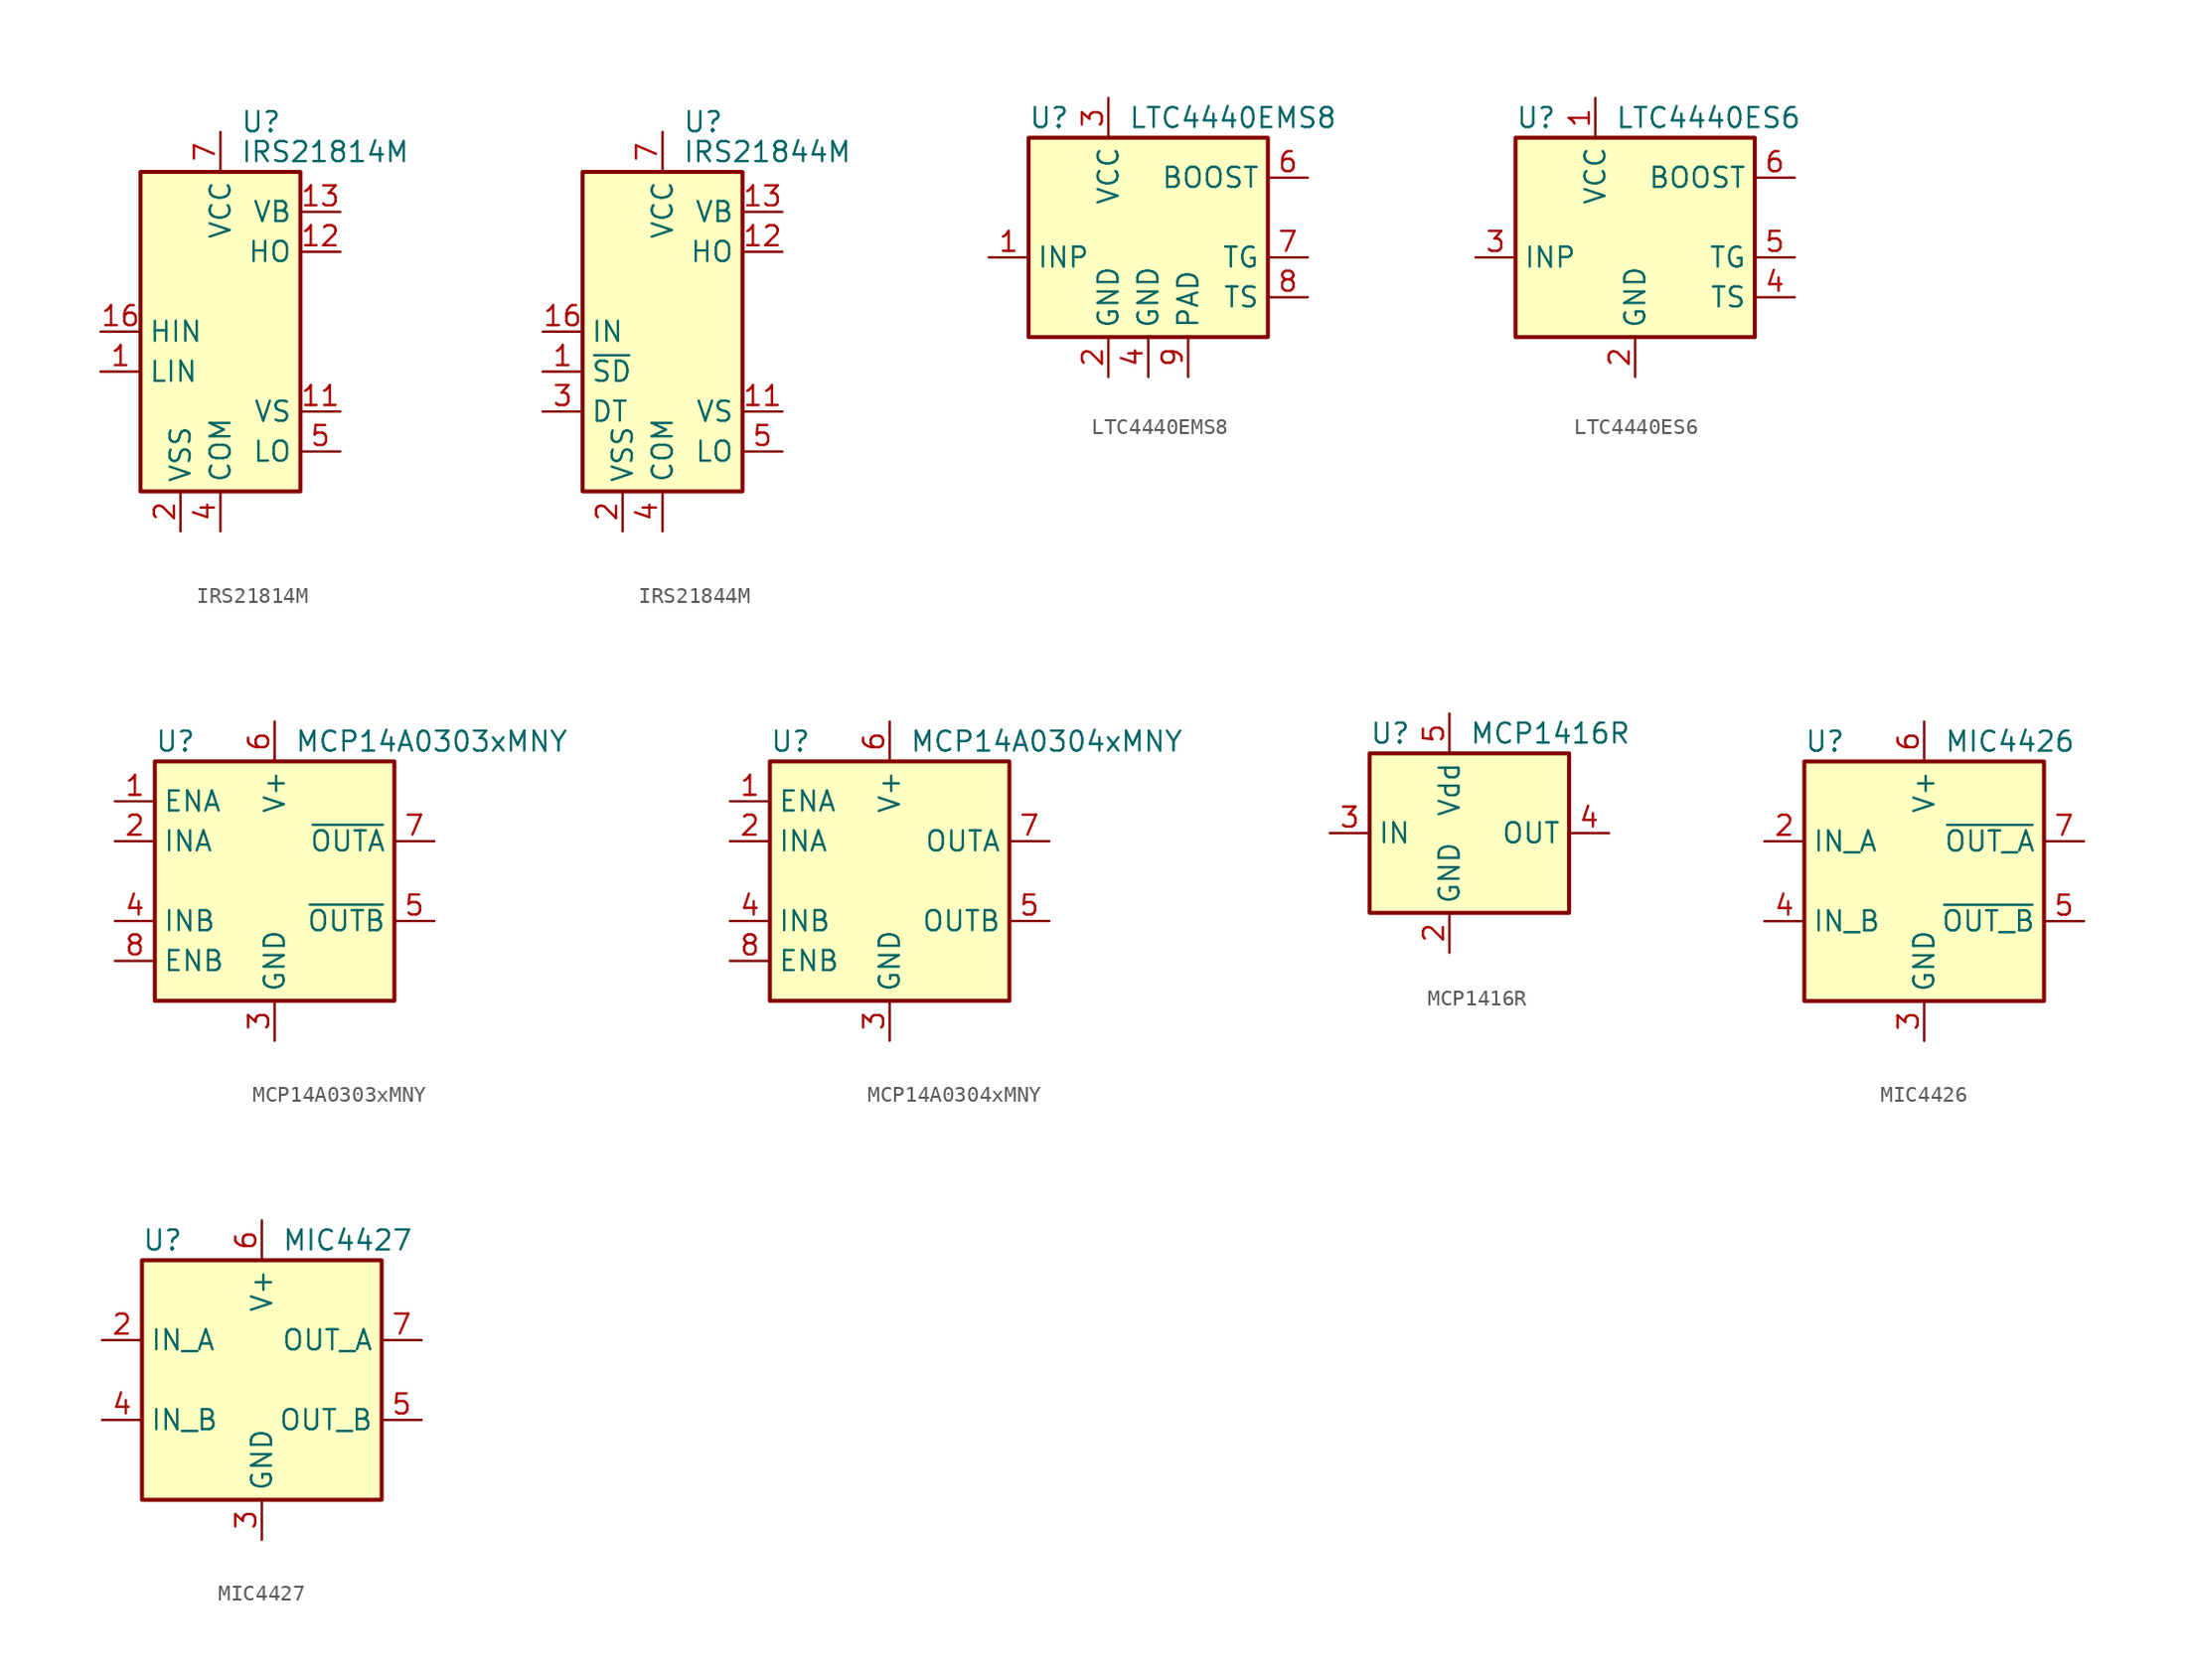
<source format=kicad_sym>
(kicad_symbol_lib
  (version 20201005)
  (generator kicad_symbol_editor)
  (symbol "IRS21814M"
    (property "Reference" "U"
      (at 1.27 13.335 0)
      (effects (font (size 1.27 1.27)) (justify left)))
    (property "Value" "IRS21814M"
      (at 1.27 11.43 0)
      (effects (font (size 1.27 1.27)) (justify left)))
    (symbol "IRS21814M_0_1"
      (rectangle (start -5.08 -10.16) (end 5.08 10.16) (stroke (width 0.254)) (fill (type background))))
    (symbol "IRS21814M_1_1"
      (pin input line (at -7.62 -2.54 0) (length 2.54) (name "LIN" (effects (font (size 1.27 1.27)))) (number "1" (effects (font (size 1.27 1.27)))))
      (pin passive line (at 7.62 -5.08 180) (length 2.54) (name "VS" (effects (font (size 1.27 1.27)))) (number "11" (effects (font (size 1.27 1.27)))))
      (pin output line (at 7.62 5.08 180) (length 2.54) (name "HO" (effects (font (size 1.27 1.27)))) (number "12" (effects (font (size 1.27 1.27)))))
      (pin passive line (at 7.62 7.62 180) (length 2.54) (name "VB" (effects (font (size 1.27 1.27)))) (number "13" (effects (font (size 1.27 1.27)))))
      (pin no_connect line (at 5.08 0 180) (length 2.54) hide (name "NC" (effects (font (size 1.27 1.27)))) (number "14" (effects (font (size 1.27 1.27)))))
      (pin input line (at -7.62 0 0) (length 2.54) (name "HIN" (effects (font (size 1.27 1.27)))) (number "16" (effects (font (size 1.27 1.27)))))
      (pin passive line (at 0 -12.7 90) (length 2.54) hide (name "COM" (effects (font (size 1.27 1.27)))) (number "17" (effects (font (size 1.27 1.27)))))
      (pin power_in line (at -2.54 -12.7 90) (length 2.54) (name "VSS" (effects (font (size 1.27 1.27)))) (number "2" (effects (font (size 1.27 1.27)))))
      (pin no_connect line (at -5.08 7.62 0) (length 2.54) hide (name "NC" (effects (font (size 1.27 1.27)))) (number "3" (effects (font (size 1.27 1.27)))))
      (pin power_in line (at 0 -12.7 90) (length 2.54) (name "COM" (effects (font (size 1.27 1.27)))) (number "4" (effects (font (size 1.27 1.27)))))
      (pin output line (at 7.62 -7.62 180) (length 2.54) (name "LO" (effects (font (size 1.27 1.27)))) (number "5" (effects (font (size 1.27 1.27)))))
      (pin no_connect line (at -5.08 5.08 0) (length 2.54) hide (name "NC" (effects (font (size 1.27 1.27)))) (number "6" (effects (font (size 1.27 1.27)))))
      (pin power_in line (at 0 12.7 270) (length 2.54) (name "VCC" (effects (font (size 1.27 1.27)))) (number "7" (effects (font (size 1.27 1.27)))))
      (pin no_connect line (at -5.08 2.54 0) (length 2.54) hide (name "NC" (effects (font (size 1.27 1.27)))) (number "8" (effects (font (size 1.27 1.27)))))
      (pin no_connect line (at 5.08 2.54 180) (length 2.54) hide (name "NC" (effects (font (size 1.27 1.27)))) (number "9" (effects (font (size 1.27 1.27)))))))
  (symbol "IRS21844M"
    (property "Reference" "U"
      (at 1.27 13.335 0)
      (effects (font (size 1.27 1.27)) (justify left)))
    (property "Value" "IRS21844M"
      (at 1.27 11.43 0)
      (effects (font (size 1.27 1.27)) (justify left)))
    (symbol "IRS21844M_0_1"
      (rectangle (start -5.08 -10.16) (end 5.08 10.16) (stroke (width 0.254)) (fill (type background))))
    (symbol "IRS21844M_1_1"
      (pin input line (at -7.62 -2.54 0) (length 2.54) (name "~SD" (effects (font (size 1.27 1.27)))) (number "1" (effects (font (size 1.27 1.27)))))
      (pin passive line (at 7.62 -5.08 180) (length 2.54) (name "VS" (effects (font (size 1.27 1.27)))) (number "11" (effects (font (size 1.27 1.27)))))
      (pin output line (at 7.62 5.08 180) (length 2.54) (name "HO" (effects (font (size 1.27 1.27)))) (number "12" (effects (font (size 1.27 1.27)))))
      (pin passive line (at 7.62 7.62 180) (length 2.54) (name "VB" (effects (font (size 1.27 1.27)))) (number "13" (effects (font (size 1.27 1.27)))))
      (pin no_connect line (at 5.08 2.54 180) (length 2.54) hide (name "NC" (effects (font (size 1.27 1.27)))) (number "14" (effects (font (size 1.27 1.27)))))
      (pin input line (at -7.62 0 0) (length 2.54) (name "IN" (effects (font (size 1.27 1.27)))) (number "16" (effects (font (size 1.27 1.27)))))
      (pin passive line (at 0 -12.7 90) (length 2.54) hide (name "COM" (effects (font (size 1.27 1.27)))) (number "17" (effects (font (size 1.27 1.27)))))
      (pin power_in line (at -2.54 -12.7 90) (length 2.54) (name "VSS" (effects (font (size 1.27 1.27)))) (number "2" (effects (font (size 1.27 1.27)))))
      (pin input line (at -7.62 -5.08 0) (length 2.54) (name "DT" (effects (font (size 1.27 1.27)))) (number "3" (effects (font (size 1.27 1.27)))))
      (pin power_in line (at 0 -12.7 90) (length 2.54) (name "COM" (effects (font (size 1.27 1.27)))) (number "4" (effects (font (size 1.27 1.27)))))
      (pin output line (at 7.62 -7.62 180) (length 2.54) (name "LO" (effects (font (size 1.27 1.27)))) (number "5" (effects (font (size 1.27 1.27)))))
      (pin no_connect line (at -5.08 7.62 0) (length 2.54) hide (name "NC" (effects (font (size 1.27 1.27)))) (number "6" (effects (font (size 1.27 1.27)))))
      (pin power_in line (at 0 12.7 270) (length 2.54) (name "VCC" (effects (font (size 1.27 1.27)))) (number "7" (effects (font (size 1.27 1.27)))))
      (pin no_connect line (at -5.08 5.08 0) (length 2.54) hide (name "NC" (effects (font (size 1.27 1.27)))) (number "8" (effects (font (size 1.27 1.27)))))
      (pin no_connect line (at -5.08 2.54 0) (length 2.54) hide (name "NC" (effects (font (size 1.27 1.27)))) (number "9" (effects (font (size 1.27 1.27)))))))
  (symbol "LTC4440EMS8"
    (property "Reference" "U"
      (at -7.62 8.89 0)
      (effects (font (size 1.27 1.27)) (justify left)))
    (property "Value" "LTC4440EMS8"
      (at -1.27 8.89 0)
      (effects (font (size 1.27 1.27)) (justify left)))
    (symbol "LTC4440EMS8_0_1"
      (rectangle (start -7.62 7.62) (end 7.62 -5.08) (stroke (width 0.254)) (fill (type background))))
    (symbol "LTC4440EMS8_1_1"
      (pin input line (at -10.16 0 0) (length 2.54) (name "INP" (effects (font (size 1.27 1.27)))) (number "1" (effects (font (size 1.27 1.27)))))
      (pin power_in line (at -2.54 -7.62 90) (length 2.54) (name "GND" (effects (font (size 1.27 1.27)))) (number "2" (effects (font (size 1.27 1.27)))))
      (pin power_in line (at -2.54 10.16 270) (length 2.54) (name "VCC" (effects (font (size 1.27 1.27)))) (number "3" (effects (font (size 1.27 1.27)))))
      (pin power_in line (at 0 -7.62 90) (length 2.54) (name "GND" (effects (font (size 1.27 1.27)))) (number "4" (effects (font (size 1.27 1.27)))))
      (pin no_connect line (at -5.08 -5.08 90) (length 2.54) hide (name "NC" (effects (font (size 1.27 1.27)))) (number "5" (effects (font (size 1.27 1.27)))))
      (pin input line (at 10.16 5.08 180) (length 2.54) (name "BOOST" (effects (font (size 1.27 1.27)))) (number "6" (effects (font (size 1.27 1.27)))))
      (pin output line (at 10.16 0 180) (length 2.54) (name "TG" (effects (font (size 1.27 1.27)))) (number "7" (effects (font (size 1.27 1.27)))))
      (pin input line (at 10.16 -2.54 180) (length 2.54) (name "TS" (effects (font (size 1.27 1.27)))) (number "8" (effects (font (size 1.27 1.27)))))
      (pin power_in line (at 2.54 -7.62 90) (length 2.54) (name "PAD" (effects (font (size 1.27 1.27)))) (number "9" (effects (font (size 1.27 1.27)))))))
  (symbol "LTC4440ES6"
    (property "Reference" "U"
      (at -7.62 8.89 0)
      (effects (font (size 1.27 1.27)) (justify left)))
    (property "Value" "LTC4440ES6"
      (at -1.27 8.89 0)
      (effects (font (size 1.27 1.27)) (justify left)))
    (symbol "LTC4440ES6_0_1"
      (rectangle (start -7.62 7.62) (end 7.62 -5.08) (stroke (width 0.254)) (fill (type background))))
    (symbol "LTC4440ES6_1_1"
      (pin power_in line (at -2.54 10.16 270) (length 2.54) (name "VCC" (effects (font (size 1.27 1.27)))) (number "1" (effects (font (size 1.27 1.27)))))
      (pin power_in line (at 0 -7.62 90) (length 2.54) (name "GND" (effects (font (size 1.27 1.27)))) (number "2" (effects (font (size 1.27 1.27)))))
      (pin input line (at -10.16 0 0) (length 2.54) (name "INP" (effects (font (size 1.27 1.27)))) (number "3" (effects (font (size 1.27 1.27)))))
      (pin input line (at 10.16 -2.54 180) (length 2.54) (name "TS" (effects (font (size 1.27 1.27)))) (number "4" (effects (font (size 1.27 1.27)))))
      (pin output line (at 10.16 0 180) (length 2.54) (name "TG" (effects (font (size 1.27 1.27)))) (number "5" (effects (font (size 1.27 1.27)))))
      (pin input line (at 10.16 5.08 180) (length 2.54) (name "BOOST" (effects (font (size 1.27 1.27)))) (number "6" (effects (font (size 1.27 1.27)))))))
  (symbol "MCP14A0303xMNY"
    (property "Reference" "U"
      (at -7.62 8.89 0)
      (effects (font (size 1.27 1.27)) (justify left)))
    (property "Value" "MCP14A0303xMNY"
      (at 1.27 8.89 0)
      (effects (font (size 1.27 1.27)) (justify left)))
    (symbol "MCP14A0303xMNY_0_1"
      (rectangle (start -7.62 -7.62) (end 7.62 7.62) (stroke (width 0.254)) (fill (type background))))
    (symbol "MCP14A0303xMNY_1_1"
      (pin input line (at -10.16 5.08 0) (length 2.54) (name "ENA" (effects (font (size 1.27 1.27)))) (number "1" (effects (font (size 1.27 1.27)))))
      (pin input line (at -10.16 2.54 0) (length 2.54) (name "INA" (effects (font (size 1.27 1.27)))) (number "2" (effects (font (size 1.27 1.27)))))
      (pin power_in line (at 0 -10.16 90) (length 2.54) (name "GND" (effects (font (size 1.27 1.27)))) (number "3" (effects (font (size 1.27 1.27)))))
      (pin input line (at -10.16 -2.54 0) (length 2.54) (name "INB" (effects (font (size 1.27 1.27)))) (number "4" (effects (font (size 1.27 1.27)))))
      (pin output line (at 10.16 -2.54 180) (length 2.54) (name "~OUTB" (effects (font (size 1.27 1.27)))) (number "5" (effects (font (size 1.27 1.27)))))
      (pin power_in line (at 0 10.16 270) (length 2.54) (name "V+" (effects (font (size 1.27 1.27)))) (number "6" (effects (font (size 1.27 1.27)))))
      (pin output line (at 10.16 2.54 180) (length 2.54) (name "~OUTA" (effects (font (size 1.27 1.27)))) (number "7" (effects (font (size 1.27 1.27)))))
      (pin input line (at -10.16 -5.08 0) (length 2.54) (name "ENB" (effects (font (size 1.27 1.27)))) (number "8" (effects (font (size 1.27 1.27)))))
      (pin passive line (at 0 -10.16 90) (length 2.54) hide (name "GND" (effects (font (size 1.27 1.27)))) (number "9" (effects (font (size 1.27 1.27)))))))
  (symbol "MCP14A0304xMNY"
    (property "Reference" "U"
      (at -7.62 8.89 0)
      (effects (font (size 1.27 1.27)) (justify left)))
    (property "Value" "MCP14A0304xMNY"
      (at 1.27 8.89 0)
      (effects (font (size 1.27 1.27)) (justify left)))
    (symbol "MCP14A0304xMNY_0_1"
      (rectangle (start -7.62 -7.62) (end 7.62 7.62) (stroke (width 0.254)) (fill (type background))))
    (symbol "MCP14A0304xMNY_1_1"
      (pin input line (at -10.16 5.08 0) (length 2.54) (name "ENA" (effects (font (size 1.27 1.27)))) (number "1" (effects (font (size 1.27 1.27)))))
      (pin input line (at -10.16 2.54 0) (length 2.54) (name "INA" (effects (font (size 1.27 1.27)))) (number "2" (effects (font (size 1.27 1.27)))))
      (pin power_in line (at 0 -10.16 90) (length 2.54) (name "GND" (effects (font (size 1.27 1.27)))) (number "3" (effects (font (size 1.27 1.27)))))
      (pin input line (at -10.16 -2.54 0) (length 2.54) (name "INB" (effects (font (size 1.27 1.27)))) (number "4" (effects (font (size 1.27 1.27)))))
      (pin output line (at 10.16 -2.54 180) (length 2.54) (name "OUTB" (effects (font (size 1.27 1.27)))) (number "5" (effects (font (size 1.27 1.27)))))
      (pin power_in line (at 0 10.16 270) (length 2.54) (name "V+" (effects (font (size 1.27 1.27)))) (number "6" (effects (font (size 1.27 1.27)))))
      (pin output line (at 10.16 2.54 180) (length 2.54) (name "OUTA" (effects (font (size 1.27 1.27)))) (number "7" (effects (font (size 1.27 1.27)))))
      (pin input line (at -10.16 -5.08 0) (length 2.54) (name "ENB" (effects (font (size 1.27 1.27)))) (number "8" (effects (font (size 1.27 1.27)))))
      (pin passive line (at 0 -10.16 90) (length 2.54) hide (name "GND" (effects (font (size 1.27 1.27)))) (number "9" (effects (font (size 1.27 1.27)))))))
  (symbol "MCP1416R"
    (property "Reference" "U"
      (at -5.08 6.35 0)
      (effects (font (size 1.27 1.27)) (justify left)))
    (property "Value" "MCP1416R"
      (at 1.27 6.35 0)
      (effects (font (size 1.27 1.27)) (justify left)))
    (symbol "MCP1416R_0_1"
      (rectangle (start -5.08 5.08) (end 7.62 -5.08) (stroke (width 0.254)) (fill (type background))))
    (symbol "MCP1416R_1_1"
      (pin no_connect line (at 7.62 -2.54 180) (length 2.54) hide (name "NC" (effects (font (size 1.27 1.27)))) (number "1" (effects (font (size 1.27 1.27)))))
      (pin power_in line (at 0 -7.62 90) (length 2.54) (name "GND" (effects (font (size 1.27 1.27)))) (number "2" (effects (font (size 1.27 1.27)))))
      (pin input line (at -7.62 0 0) (length 2.54) (name "IN" (effects (font (size 1.27 1.27)))) (number "3" (effects (font (size 1.27 1.27)))))
      (pin output line (at 10.16 0 180) (length 2.54) (name "OUT" (effects (font (size 1.27 1.27)))) (number "4" (effects (font (size 1.27 1.27)))))
      (pin power_in line (at 0 7.62 270) (length 2.54) (name "Vdd" (effects (font (size 1.27 1.27)))) (number "5" (effects (font (size 1.27 1.27)))))))
  (symbol "MIC4426"
    (property "Reference" "U"
      (at -7.62 8.89 0)
      (effects (font (size 1.27 1.27)) (justify left)))
    (property "Value" "MIC4426"
      (at 1.27 8.89 0)
      (effects (font (size 1.27 1.27)) (justify left)))
    (symbol "MIC4426_0_1"
      (rectangle (start -7.62 -7.62) (end 7.62 7.62) (stroke (width 0.254)) (fill (type background))))
    (symbol "MIC4426_1_1"
      (pin no_connect line (at -7.62 0 0) (length 2.54) hide (name "NC" (effects (font (size 1.27 1.27)))) (number "1" (effects (font (size 1.27 1.27)))))
      (pin input line (at -10.16 2.54 0) (length 2.54) (name "IN_A" (effects (font (size 1.27 1.27)))) (number "2" (effects (font (size 1.27 1.27)))))
      (pin power_in line (at 0 -10.16 90) (length 2.54) (name "GND" (effects (font (size 1.27 1.27)))) (number "3" (effects (font (size 1.27 1.27)))))
      (pin input line (at -10.16 -2.54 0) (length 2.54) (name "IN_B" (effects (font (size 1.27 1.27)))) (number "4" (effects (font (size 1.27 1.27)))))
      (pin output line (at 10.16 -2.54 180) (length 2.54) (name "~OUT_B" (effects (font (size 1.27 1.27)))) (number "5" (effects (font (size 1.27 1.27)))))
      (pin power_in line (at 0 10.16 270) (length 2.54) (name "V+" (effects (font (size 1.27 1.27)))) (number "6" (effects (font (size 1.27 1.27)))))
      (pin output line (at 10.16 2.54 180) (length 2.54) (name "~OUT_A" (effects (font (size 1.27 1.27)))) (number "7" (effects (font (size 1.27 1.27)))))
      (pin no_connect line (at 7.62 0 180) (length 2.54) hide (name "NC" (effects (font (size 1.27 1.27)))) (number "8" (effects (font (size 1.27 1.27)))))))
  (symbol "MIC4427"
    (property "Reference" "U"
      (at -7.62 8.89 0)
      (effects (font (size 1.27 1.27)) (justify left)))
    (property "Value" "MIC4427"
      (at 1.27 8.89 0)
      (effects (font (size 1.27 1.27)) (justify left)))
    (symbol "MIC4427_0_1"
      (rectangle (start -7.62 -7.62) (end 7.62 7.62) (stroke (width 0.254)) (fill (type background))))
    (symbol "MIC4427_1_1"
      (pin no_connect line (at -7.62 0 0) (length 2.54) hide (name "NC" (effects (font (size 1.27 1.27)))) (number "1" (effects (font (size 1.27 1.27)))))
      (pin input line (at -10.16 2.54 0) (length 2.54) (name "IN_A" (effects (font (size 1.27 1.27)))) (number "2" (effects (font (size 1.27 1.27)))))
      (pin power_in line (at 0 -10.16 90) (length 2.54) (name "GND" (effects (font (size 1.27 1.27)))) (number "3" (effects (font (size 1.27 1.27)))))
      (pin input line (at -10.16 -2.54 0) (length 2.54) (name "IN_B" (effects (font (size 1.27 1.27)))) (number "4" (effects (font (size 1.27 1.27)))))
      (pin output line (at 10.16 -2.54 180) (length 2.54) (name "OUT_B" (effects (font (size 1.27 1.27)))) (number "5" (effects (font (size 1.27 1.27)))))
      (pin power_in line (at 0 10.16 270) (length 2.54) (name "V+" (effects (font (size 1.27 1.27)))) (number "6" (effects (font (size 1.27 1.27)))))
      (pin output line (at 10.16 2.54 180) (length 2.54) (name "OUT_A" (effects (font (size 1.27 1.27)))) (number "7" (effects (font (size 1.27 1.27)))))
      (pin no_connect line (at 7.62 0 180) (length 2.54) hide (name "NC" (effects (font (size 1.27 1.27)))) (number "8" (effects (font (size 1.27 1.27))))))))
</source>
